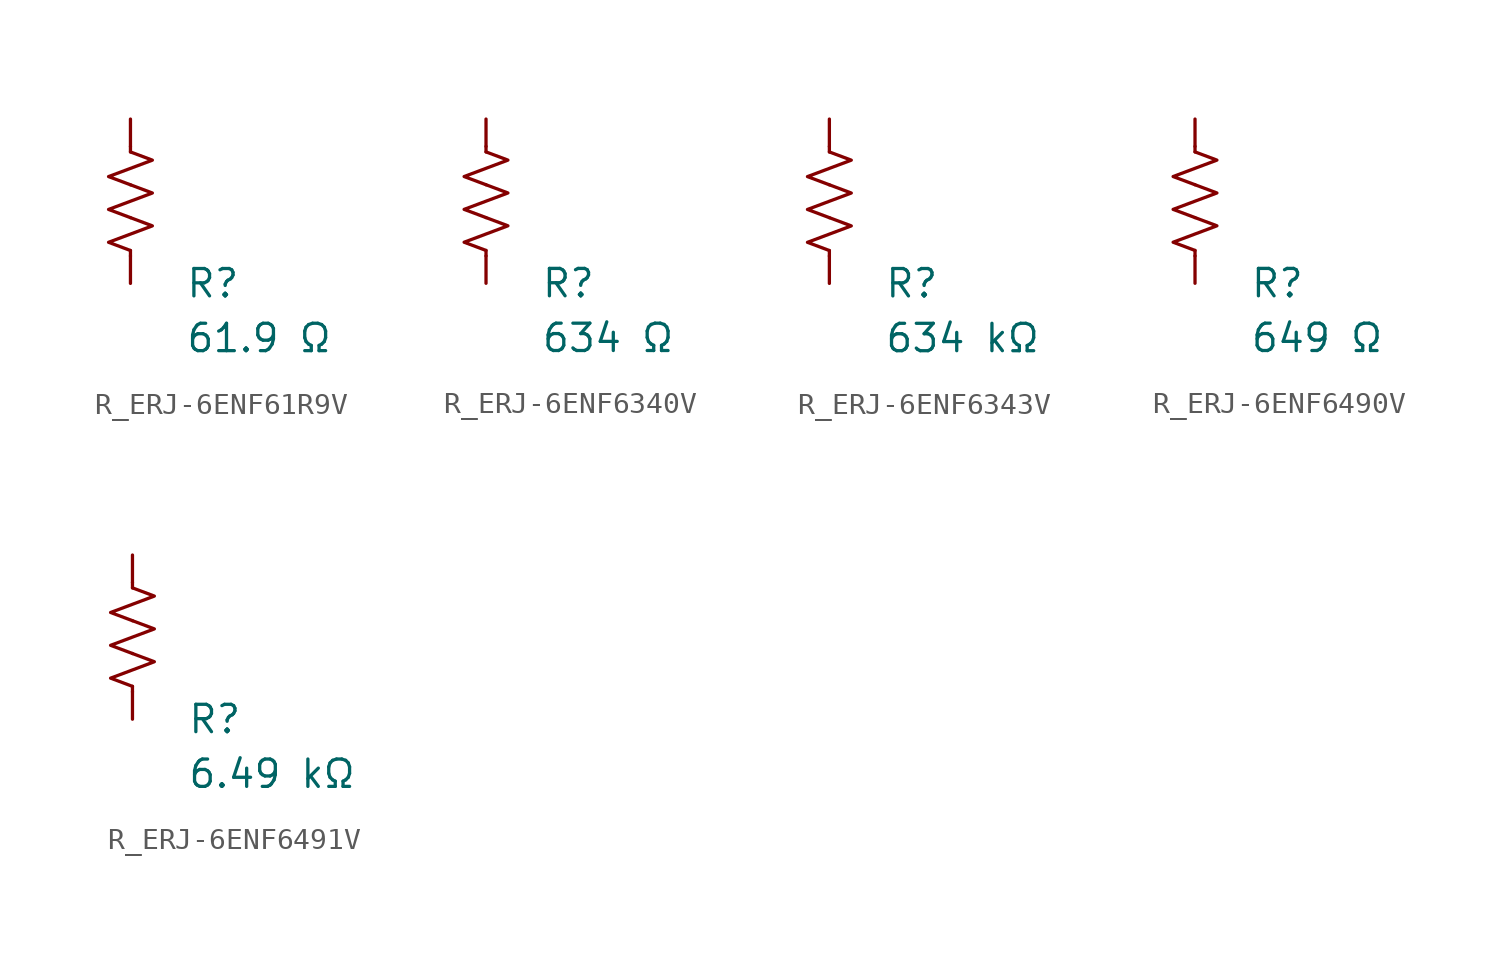
<source format=kicad_sym>
(kicad_symbol_lib
  (version 20231120)
  (generator "kicad_symbol_editor")
  (generator_version "8.0")
  (symbol "R_ERJ-6ENF61R9V"
    (pin_numbers hide)
    (pin_names
      (offset 0))
    (property "Reference" "R"
      (at 2.54 -3.81 0)
      (effects (font (size 1.27 1.27)) (justify left))
      (show_name no))
    (property "Value" "61.9 Ω"
      (at 2.54 -6.35 0)
      (effects (font (size 1.27 1.27)) (justify left))
      (show_name no))
    (symbol "R_ERJ-6ENF61R9V_0_1"
      (polyline (pts (xy 0 -2.286) (xy 0 -2.54)) (stroke (width 0) (type default)) (fill (type none)))
      (polyline (pts (xy 0 2.286) (xy 0 2.54)) (stroke (width 0) (type default)) (fill (type none)))
      (polyline (pts (xy 0 -0.762) (xy 1.016 -1.143) (xy 0 -1.524) (xy -1.016 -1.905) (xy 0 -2.286)) (stroke (width 0) (type default)) (fill (type none)))
      (polyline (pts (xy 0 0.762) (xy 1.016 0.381) (xy 0 0) (xy -1.016 -0.381) (xy 0 -0.762)) (stroke (width 0) (type default)) (fill (type none)))
      (polyline (pts (xy 0 2.286) (xy 1.016 1.905) (xy 0 1.524) (xy -1.016 1.143) (xy 0 0.762)) (stroke (width 0) (type default)) (fill (type none))))
    (symbol "R_ERJ-6ENF61R9V_1_1"
      (pin passive line (at 0 3.81 270) (length 1.27) (name "~" (effects (font (size 1.27 1.27)))) (number "1" (effects (font (size 1.27 1.27)))))
      (pin passive line (at 0 -3.81 90) (length 1.27) (name "~" (effects (font (size 1.27 1.27)))) (number "2" (effects (font (size 1.27 1.27)))))))
  (symbol "R_ERJ-6ENF6340V"
    (pin_numbers hide)
    (pin_names
      (offset 0))
    (property "Reference" "R"
      (at 2.54 -3.81 0)
      (effects (font (size 1.27 1.27)) (justify left))
      (show_name no))
    (property "Value" "634 Ω"
      (at 2.54 -6.35 0)
      (effects (font (size 1.27 1.27)) (justify left))
      (show_name no))
    (symbol "R_ERJ-6ENF6340V_0_1"
      (polyline (pts (xy 0 -2.286) (xy 0 -2.54)) (stroke (width 0) (type default)) (fill (type none)))
      (polyline (pts (xy 0 2.286) (xy 0 2.54)) (stroke (width 0) (type default)) (fill (type none)))
      (polyline (pts (xy 0 -0.762) (xy 1.016 -1.143) (xy 0 -1.524) (xy -1.016 -1.905) (xy 0 -2.286)) (stroke (width 0) (type default)) (fill (type none)))
      (polyline (pts (xy 0 0.762) (xy 1.016 0.381) (xy 0 0) (xy -1.016 -0.381) (xy 0 -0.762)) (stroke (width 0) (type default)) (fill (type none)))
      (polyline (pts (xy 0 2.286) (xy 1.016 1.905) (xy 0 1.524) (xy -1.016 1.143) (xy 0 0.762)) (stroke (width 0) (type default)) (fill (type none))))
    (symbol "R_ERJ-6ENF6340V_1_1"
      (pin passive line (at 0 3.81 270) (length 1.27) (name "~" (effects (font (size 1.27 1.27)))) (number "1" (effects (font (size 1.27 1.27)))))
      (pin passive line (at 0 -3.81 90) (length 1.27) (name "~" (effects (font (size 1.27 1.27)))) (number "2" (effects (font (size 1.27 1.27)))))))
  (symbol "R_ERJ-6ENF6343V"
    (pin_numbers hide)
    (pin_names
      (offset 0))
    (property "Reference" "R"
      (at 2.54 -3.81 0)
      (effects (font (size 1.27 1.27)) (justify left))
      (show_name no))
    (property "Value" "634 kΩ"
      (at 2.54 -6.35 0)
      (effects (font (size 1.27 1.27)) (justify left))
      (show_name no))
    (symbol "R_ERJ-6ENF6343V_0_1"
      (polyline (pts (xy 0 -2.286) (xy 0 -2.54)) (stroke (width 0) (type default)) (fill (type none)))
      (polyline (pts (xy 0 2.286) (xy 0 2.54)) (stroke (width 0) (type default)) (fill (type none)))
      (polyline (pts (xy 0 -0.762) (xy 1.016 -1.143) (xy 0 -1.524) (xy -1.016 -1.905) (xy 0 -2.286)) (stroke (width 0) (type default)) (fill (type none)))
      (polyline (pts (xy 0 0.762) (xy 1.016 0.381) (xy 0 0) (xy -1.016 -0.381) (xy 0 -0.762)) (stroke (width 0) (type default)) (fill (type none)))
      (polyline (pts (xy 0 2.286) (xy 1.016 1.905) (xy 0 1.524) (xy -1.016 1.143) (xy 0 0.762)) (stroke (width 0) (type default)) (fill (type none))))
    (symbol "R_ERJ-6ENF6343V_1_1"
      (pin passive line (at 0 3.81 270) (length 1.27) (name "~" (effects (font (size 1.27 1.27)))) (number "1" (effects (font (size 1.27 1.27)))))
      (pin passive line (at 0 -3.81 90) (length 1.27) (name "~" (effects (font (size 1.27 1.27)))) (number "2" (effects (font (size 1.27 1.27)))))))
  (symbol "R_ERJ-6ENF6490V"
    (pin_numbers hide)
    (pin_names
      (offset 0))
    (property "Reference" "R"
      (at 2.54 -3.81 0)
      (effects (font (size 1.27 1.27)) (justify left))
      (show_name no))
    (property "Value" "649 Ω"
      (at 2.54 -6.35 0)
      (effects (font (size 1.27 1.27)) (justify left))
      (show_name no))
    (symbol "R_ERJ-6ENF6490V_0_1"
      (polyline (pts (xy 0 -2.286) (xy 0 -2.54)) (stroke (width 0) (type default)) (fill (type none)))
      (polyline (pts (xy 0 2.286) (xy 0 2.54)) (stroke (width 0) (type default)) (fill (type none)))
      (polyline (pts (xy 0 -0.762) (xy 1.016 -1.143) (xy 0 -1.524) (xy -1.016 -1.905) (xy 0 -2.286)) (stroke (width 0) (type default)) (fill (type none)))
      (polyline (pts (xy 0 0.762) (xy 1.016 0.381) (xy 0 0) (xy -1.016 -0.381) (xy 0 -0.762)) (stroke (width 0) (type default)) (fill (type none)))
      (polyline (pts (xy 0 2.286) (xy 1.016 1.905) (xy 0 1.524) (xy -1.016 1.143) (xy 0 0.762)) (stroke (width 0) (type default)) (fill (type none))))
    (symbol "R_ERJ-6ENF6490V_1_1"
      (pin passive line (at 0 3.81 270) (length 1.27) (name "~" (effects (font (size 1.27 1.27)))) (number "1" (effects (font (size 1.27 1.27)))))
      (pin passive line (at 0 -3.81 90) (length 1.27) (name "~" (effects (font (size 1.27 1.27)))) (number "2" (effects (font (size 1.27 1.27)))))))
  (symbol "R_ERJ-6ENF6491V"
    (pin_numbers hide)
    (pin_names
      (offset 0))
    (property "Reference" "R"
      (at 2.54 -3.81 0)
      (effects (font (size 1.27 1.27)) (justify left))
      (show_name no))
    (property "Value" "6.49 kΩ"
      (at 2.54 -6.35 0)
      (effects (font (size 1.27 1.27)) (justify left))
      (show_name no))
    (symbol "R_ERJ-6ENF6491V_0_1"
      (polyline (pts (xy 0 -2.286) (xy 0 -2.54)) (stroke (width 0) (type default)) (fill (type none)))
      (polyline (pts (xy 0 2.286) (xy 0 2.54)) (stroke (width 0) (type default)) (fill (type none)))
      (polyline (pts (xy 0 -0.762) (xy 1.016 -1.143) (xy 0 -1.524) (xy -1.016 -1.905) (xy 0 -2.286)) (stroke (width 0) (type default)) (fill (type none)))
      (polyline (pts (xy 0 0.762) (xy 1.016 0.381) (xy 0 0) (xy -1.016 -0.381) (xy 0 -0.762)) (stroke (width 0) (type default)) (fill (type none)))
      (polyline (pts (xy 0 2.286) (xy 1.016 1.905) (xy 0 1.524) (xy -1.016 1.143) (xy 0 0.762)) (stroke (width 0) (type default)) (fill (type none))))
    (symbol "R_ERJ-6ENF6491V_1_1"
      (pin passive line (at 0 3.81 270) (length 1.27) (name "~" (effects (font (size 1.27 1.27)))) (number "1" (effects (font (size 1.27 1.27)))))
      (pin passive line (at 0 -3.81 90) (length 1.27) (name "~" (effects (font (size 1.27 1.27)))) (number "2" (effects (font (size 1.27 1.27))))))))
</source>
